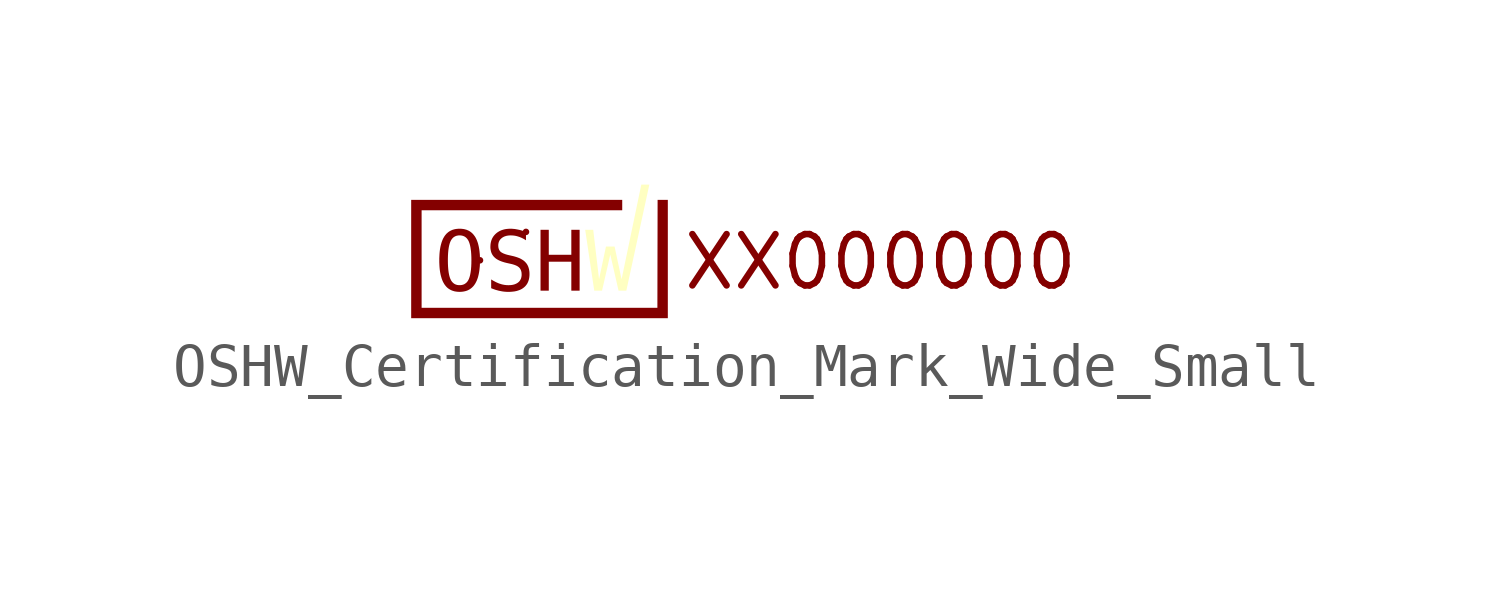
<source format=kicad_sym>
(kicad_symbol_lib
  (version 20241209)
  (generator "kicad_symbol_editor")
  (generator_version "9.0")
  (symbol "OSHW_Certification_Mark_Wide_Small"
    (property "Reference" "LOGO"
      (at 0 0 0)
      (effects (font (size 1.27 1.27)) (hide yes)))
    (symbol "OSHW_Certification_Mark_Wide_Small_1_1"
      (polyline (pts (xy -1.838 0.524) (xy -1.809 0.521) (xy -1.782 0.518) (xy -1.755 0.513) (xy -1.729 0.506) (xy -1.704 0.499) (xy -1.681 0.489) (xy -1.658 0.479) (xy -1.636 0.467) (xy -1.615 0.453) (xy -1.595 0.438) (xy -1.576 0.421) (xy -1.558 0.404) (xy -1.541 0.384) (xy -1.525 0.363) (xy -1.509 0.341) (xy -1.495 0.318) (xy -1.482 0.293) (xy -1.469 0.266) (xy -1.458 0.238) (xy -1.447 0.208) (xy -1.437 0.177) (xy -1.429 0.145) (xy -1.421 0.111) (xy -1.414 0.075) (xy -1.408 0.039) (xy -1.403 0.0001) (xy -1.399 -0.04) (xy -1.395 -0.081) (xy -1.393 -0.124) (xy -1.392 -0.168) (xy -1.391 -0.214) (xy -1.392 -0.26) (xy -1.393 -0.304) (xy -1.395 -0.347) (xy -1.399 -0.388) (xy -1.403 -0.428) (xy -1.408 -0.466) (xy -1.414 -0.503) (xy -1.421 -0.539) (xy -1.429 -0.573) (xy -1.437 -0.605) (xy -1.447 -0.636) (xy -1.458 -0.666) (xy -1.469 -0.694) (xy -1.482 -0.72) (xy -1.495 -0.745) (xy -1.509 -0.769) (xy -1.517 -0.78) (xy -1.525 -0.791) (xy -1.532 -0.802) (xy -1.541 -0.812) (xy -1.549 -0.822) (xy -1.558 -0.831) (xy -1.567 -0.84) (xy -1.576 -0.849) (xy -1.585 -0.857) (xy -1.595 -0.865) (xy -1.605 -0.873) (xy -1.615 -0.88) (xy -1.625 -0.887) (xy -1.636 -0.894) (xy -1.647 -0.9) (xy -1.658 -0.906) (xy -1.669 -0.912) (xy -1.681 -0.917) (xy -1.692 -0.922) (xy -1.704 -0.926) (xy -1.717 -0.93) (xy -1.729 -0.934) (xy -1.742 -0.937) (xy -1.755 -0.94) (xy -1.768 -0.943) (xy -1.782 -0.945) (xy -1.809 -0.949) (xy -1.838 -0.951) (xy -1.868 -0.952) (xy -1.897 -0.951) (xy -1.926 -0.949) (xy -1.954 -0.945) (xy -1.981 -0.941) (xy -2.006 -0.934) (xy -2.031 -0.926) (xy -2.055 -0.917) (xy -2.078 -0.906) (xy -2.1 -0.894) (xy -2.121 -0.881) (xy -2.141 -0.866) (xy -2.16 -0.85) (xy -2.178 -0.832) (xy -2.195 -0.812) (xy -2.211 -0.792) (xy -2.226 -0.77) (xy -2.24 -0.746) (xy -2.254 -0.721) (xy -2.266 -0.695) (xy -2.277 -0.667) (xy -2.288 -0.637) (xy -2.297 -0.606) (xy -2.306 -0.574) (xy -2.314 -0.54) (xy -2.321 -0.504) (xy -2.327 -0.468) (xy -2.332 -0.429) (xy -2.336 -0.389) (xy -2.339 -0.348) (xy -2.341 -0.305) (xy -2.343 -0.26) (xy -2.343 -0.214) (xy -2.142 -0.214) (xy -2.141 -0.29) (xy -2.138 -0.359) (xy -2.133 -0.424) (xy -2.126 -0.482) (xy -2.122 -0.509) (xy -2.117 -0.535) (xy -2.112 -0.56) (xy -2.106 -0.583) (xy -2.1 -0.605) (xy -2.093 -0.625) (xy -2.086 -0.644) (xy -2.078 -0.661) (xy -2.07 -0.677) (xy -2.066 -0.685) (xy -2.061 -0.693) (xy -2.056 -0.7) (xy -2.051 -0.707) (xy -2.046 -0.714) (xy -2.041 -0.72) (xy -2.035 -0.726) (xy -2.03 -0.732) (xy -2.024 -0.738) (xy -2.018 -0.743) (xy -2.012 -0.748) (xy -2.006 -0.753) (xy -2 -0.758) (xy -1.993 -0.762) (xy -1.987 -0.766) (xy -1.98 -0.77) (xy -1.973 -0.773) (xy -1.966 -0.777) (xy -1.958 -0.78) (xy -1.951 -0.782) (xy -1.943 -0.785) (xy -1.936 -0.787) (xy -1.928 -0.789) (xy -1.92 -0.791) (xy -1.911 -0.792) (xy -1.903 -0.793) (xy -1.894 -0.794) (xy -1.886 -0.795) (xy -1.868 -0.795) (xy -1.85 -0.795) (xy -1.832 -0.793) (xy -1.816 -0.791) (xy -1.8 -0.787) (xy -1.784 -0.782) (xy -1.769 -0.777) (xy -1.755 -0.77) (xy -1.742 -0.762) (xy -1.729 -0.753) (xy -1.717 -0.743) (xy -1.705 -0.733) (xy -1.694 -0.721) (xy -1.684 -0.708) (xy -1.674 -0.693) (xy -1.665 -0.678) (xy -1.657 -0.662) (xy -1.649 -0.645) (xy -1.642 -0.626) (xy -1.635 -0.605) (xy -1.629 -0.584) (xy -1.623 -0.561) (xy -1.618 -0.536) (xy -1.613 -0.51) (xy -1.609 -0.483) (xy -1.605 -0.454) (xy -1.601 -0.424) (xy -1.599 -0.393) (xy -1.596 -0.36) (xy -1.595 -0.326) (xy -1.593 -0.29) (xy -1.593 -0.253) (xy -1.592 -0.214) (xy -1.593 -0.139) (xy -1.596 -0.069) (xy -1.601 -0.004) (xy -1.609 0.054) (xy -1.613 0.082) (xy -1.618 0.108) (xy -1.623 0.132) (xy -1.629 0.155) (xy -1.635 0.177) (xy -1.642 0.197) (xy -1.649 0.216) (xy -1.657 0.234) (xy -1.665 0.25) (xy -1.67 0.258) (xy -1.674 0.265) (xy -1.679 0.272) (xy -1.684 0.279) (xy -1.689 0.286) (xy -1.694 0.292) (xy -1.7 0.299) (xy -1.705 0.305) (xy -1.711 0.31) (xy -1.717 0.316) (xy -1.723 0.321) (xy -1.729 0.326) (xy -1.735 0.33) (xy -1.742 0.335) (xy -1.748 0.339) (xy -1.755 0.342) (xy -1.762 0.346) (xy -1.769 0.349) (xy -1.777 0.352) (xy -1.784 0.355) (xy -1.792 0.357) (xy -1.8 0.36) (xy -1.808 0.362) (xy -1.816 0.363) (xy -1.824 0.365) (xy -1.832 0.366) (xy -1.841 0.367) (xy -1.85 0.368) (xy -1.868 0.368) (xy -1.886 0.368) (xy -1.903 0.366) (xy -1.92 0.363) (xy -1.936 0.36) (xy -1.951 0.355) (xy -1.966 0.349) (xy -1.98 0.342) (xy -1.993 0.335) (xy -2.006 0.326) (xy -2.018 0.316) (xy -2.03 0.305) (xy -2.041 0.292) (xy -2.051 0.279) (xy -2.061 0.265) (xy -2.07 0.25) (xy -2.078 0.234) (xy -2.086 0.216) (xy -2.093 0.197) (xy -2.1 0.177) (xy -2.106 0.155) (xy -2.112 0.132) (xy -2.117 0.108) (xy -2.122 0.082) (xy -2.126 0.054) (xy -2.13 0.026) (xy -2.133 -0.004) (xy -2.136 -0.036) (xy -2.138 -0.069) (xy -2.14 -0.103) (xy -2.141 -0.139) (xy -2.142 -0.176) (xy -2.142 -0.214) (xy -2.343 -0.214) (xy -2.343 -0.168) (xy -2.341 -0.124) (xy -2.339 -0.081) (xy -2.336 -0.04) (xy -2.332 0.0001) (xy -2.327 0.039) (xy -2.321 0.075) (xy -2.314 0.111) (xy -2.306 0.145) (xy -2.297 0.177) (xy -2.288 0.208) (xy -2.277 0.238) (xy -2.266 0.266) (xy -2.254 0.293) (xy -2.24 0.318) (xy -2.226 0.341) (xy -2.219 0.353) (xy -2.211 0.363) (xy -2.203 0.374) (xy -2.195 0.384) (xy -2.186 0.394) (xy -2.178 0.404) (xy -2.169 0.413) (xy -2.159 0.421) (xy -2.15 0.43) (xy -2.14 0.438) (xy -2.131 0.446) (xy -2.12 0.453) (xy -2.11 0.46) (xy -2.099 0.467) (xy -2.088 0.473) (xy -2.077 0.479) (xy -2.066 0.484) (xy -2.055 0.489) (xy -2.043 0.494) (xy -2.031 0.499) (xy -2.018 0.503) (xy -2.006 0.506) (xy -1.993 0.51) (xy -1.98 0.513) (xy -1.954 0.518) (xy -1.926 0.521) (xy -1.897 0.524) (xy -1.868 0.524)) (stroke (width -0.0001) (type default)) (fill (type outline)))
      (polyline (pts (xy -1.391 -0.214) (xy -1.391 -0.214) (xy -1.391 -0.214)) (stroke (width 0) (type default)) (fill (type outline)))
      (polyline (pts (xy -0.658 0.524) (xy -0.638 0.523) (xy -0.616 0.521) (xy -0.595 0.519) (xy -0.573 0.517) (xy -0.551 0.513) (xy -0.529 0.509) (xy -0.507 0.505) (xy -0.484 0.5) (xy -0.461 0.495) (xy -0.437 0.489) (xy -0.414 0.482) (xy -0.39 0.475) (xy -0.365 0.467) (xy -0.341 0.459) (xy -0.316 0.45) (xy -0.316 0.254) (xy -0.338 0.268) (xy -0.36 0.281) (xy -0.382 0.293) (xy -0.404 0.304) (xy -0.426 0.314) (xy -0.448 0.323) (xy -0.47 0.332) (xy -0.492 0.339) (xy -0.514 0.346) (xy -0.536 0.352) (xy -0.558 0.357) (xy -0.58 0.361) (xy -0.603 0.364) (xy -0.625 0.366) (xy -0.647 0.367) (xy -0.67 0.368) (xy -0.686 0.368) (xy -0.703 0.367) (xy -0.719 0.366) (xy -0.734 0.364) (xy -0.749 0.362) (xy -0.764 0.359) (xy -0.778 0.356) (xy -0.791 0.352) (xy -0.805 0.348) (xy -0.818 0.343) (xy -0.83 0.338) (xy -0.842 0.332) (xy -0.853 0.326) (xy -0.864 0.319) (xy -0.875 0.312) (xy -0.885 0.304) (xy -0.894 0.296) (xy -0.903 0.287) (xy -0.912 0.279) (xy -0.919 0.27) (xy -0.927 0.26) (xy -0.933 0.251) (xy -0.939 0.24) (xy -0.944 0.23) (xy -0.949 0.219) (xy -0.953 0.208) (xy -0.956 0.196) (xy -0.959 0.184) (xy -0.961 0.172) (xy -0.963 0.16) (xy -0.964 0.147) (xy -0.964 0.133) (xy -0.964 0.122) (xy -0.963 0.111) (xy -0.962 0.1) (xy -0.961 0.089) (xy -0.959 0.079) (xy -0.957 0.069) (xy -0.954 0.059) (xy -0.951 0.05) (xy -0.948 0.041) (xy -0.944 0.033) (xy -0.94 0.025) (xy -0.935 0.017) (xy -0.93 0.01) (xy -0.925 0.003) (xy -0.919 -0.004) (xy -0.913 -0.011) (xy -0.906 -0.017) (xy -0.898 -0.023) (xy -0.89 -0.029) (xy -0.881 -0.034) (xy -0.871 -0.04) (xy -0.861 -0.045) (xy -0.85 -0.051) (xy -0.838 -0.056) (xy -0.825 -0.061) (xy -0.812 -0.066) (xy -0.798 -0.071) (xy -0.784 -0.076) (xy -0.768 -0.08) (xy -0.752 -0.085) (xy -0.736 -0.089) (xy -0.718 -0.093) (xy -0.617 -0.116) (xy -0.593 -0.122) (xy -0.569 -0.129) (xy -0.546 -0.136) (xy -0.524 -0.143) (xy -0.503 -0.151) (xy -0.482 -0.159) (xy -0.463 -0.167) (xy -0.444 -0.176) (xy -0.426 -0.186) (xy -0.409 -0.196) (xy -0.393 -0.206) (xy -0.378 -0.216) (xy -0.364 -0.227) (xy -0.35 -0.239) (xy -0.337 -0.251) (xy -0.326 -0.263) (xy -0.315 -0.276) (xy -0.304 -0.289) (xy -0.294 -0.303) (xy -0.285 -0.318) (xy -0.277 -0.333) (xy -0.27 -0.348) (xy -0.263 -0.364) (xy -0.257 -0.381) (xy -0.252 -0.399) (xy -0.247 -0.416) (xy -0.243 -0.435) (xy -0.24 -0.454) (xy -0.237 -0.473) (xy -0.235 -0.494) (xy -0.234 -0.514) (xy -0.234 -0.536) (xy -0.234 -0.561) (xy -0.236 -0.585) (xy -0.238 -0.608) (xy -0.242 -0.631) (xy -0.246 -0.653) (xy -0.252 -0.674) (xy -0.258 -0.695) (xy -0.266 -0.715) (xy -0.274 -0.734) (xy -0.283 -0.752) (xy -0.293 -0.769) (xy -0.305 -0.786) (xy -0.317 -0.802) (xy -0.33 -0.817) (xy -0.345 -0.832) (xy -0.36 -0.845) (xy -0.376 -0.858) (xy -0.393 -0.87) (xy -0.411 -0.882) (xy -0.43 -0.892) (xy -0.45 -0.902) (xy -0.47 -0.91) (xy -0.492 -0.918) (xy -0.514 -0.925) (xy -0.537 -0.932) (xy -0.562 -0.937) (xy -0.587 -0.942) (xy -0.613 -0.945) (xy -0.64 -0.948) (xy -0.667 -0.95) (xy -0.696 -0.952) (xy -0.726 -0.952) (xy -0.751 -0.952) (xy -0.776 -0.951) (xy -0.801 -0.949) (xy -0.826 -0.947) (xy -0.851 -0.944) (xy -0.876 -0.94) (xy -0.902 -0.935) (xy -0.927 -0.93) (xy -0.952 -0.925) (xy -0.977 -0.918) (xy -1.003 -0.911) (xy -1.028 -0.904) (xy -1.054 -0.895) (xy -1.079 -0.886) (xy -1.104 -0.877) (xy -1.13 -0.866) (xy -1.13 -0.661) (xy -1.103 -0.678) (xy -1.076 -0.694) (xy -1.049 -0.708) (xy -1.023 -0.722) (xy -0.998 -0.734) (xy -0.972 -0.745) (xy -0.948 -0.755) (xy -0.923 -0.763) (xy -0.898 -0.771) (xy -0.874 -0.778) (xy -0.849 -0.783) (xy -0.825 -0.788) (xy -0.8 -0.791) (xy -0.775 -0.794) (xy -0.751 -0.795) (xy -0.726 -0.796) (xy -0.708 -0.795) (xy -0.69 -0.795) (xy -0.673 -0.793) (xy -0.657 -0.792) (xy -0.641 -0.789) (xy -0.625 -0.787) (xy -0.611 -0.783) (xy -0.596 -0.78) (xy -0.582 -0.775) (xy -0.569 -0.77) (xy -0.556 -0.765) (xy -0.543 -0.759) (xy -0.532 -0.753) (xy -0.52 -0.746) (xy -0.509 -0.739) (xy -0.499 -0.731) (xy -0.489 -0.723) (xy -0.48 -0.714) (xy -0.471 -0.705) (xy -0.464 -0.695) (xy -0.456 -0.685) (xy -0.45 -0.674) (xy -0.444 -0.664) (xy -0.438 -0.652) (xy -0.433 -0.641) (xy -0.429 -0.629) (xy -0.426 -0.616) (xy -0.423 -0.603) (xy -0.421 -0.59) (xy -0.419 -0.577) (xy -0.418 -0.562) (xy -0.418 -0.548) (xy -0.418 -0.535) (xy -0.419 -0.522) (xy -0.42 -0.51) (xy -0.421 -0.498) (xy -0.423 -0.486) (xy -0.426 -0.475) (xy -0.429 -0.464) (xy -0.432 -0.454) (xy -0.436 -0.444) (xy -0.44 -0.434) (xy -0.445 -0.425) (xy -0.45 -0.416) (xy -0.455 -0.408) (xy -0.461 -0.4) (xy -0.467 -0.392) (xy -0.474 -0.385) (xy -0.481 -0.378) (xy -0.489 -0.371) (xy -0.498 -0.365) (xy -0.507 -0.358) (xy -0.517 -0.352) (xy -0.527 -0.346) (xy -0.538 -0.341) (xy -0.55 -0.335) (xy -0.563 -0.33) (xy -0.576 -0.325) (xy -0.589 -0.32) (xy -0.604 -0.315) (xy -0.619 -0.311) (xy -0.634 -0.306) (xy -0.651 -0.302) (xy -0.668 -0.298) (xy -0.771 -0.275) (xy -0.795 -0.269) (xy -0.818 -0.263) (xy -0.841 -0.256) (xy -0.863 -0.249) (xy -0.884 -0.242) (xy -0.904 -0.234) (xy -0.923 -0.227) (xy -0.942 -0.218) (xy -0.959 -0.21) (xy -0.976 -0.201) (xy -0.992 -0.191) (xy -1.007 -0.182) (xy -1.021 -0.172) (xy -1.034 -0.161) (xy -1.047 -0.15) (xy -1.058 -0.139) (xy -1.069 -0.128) (xy -1.079 -0.116) (xy -1.089 -0.103) (xy -1.098 -0.09) (xy -1.106 -0.076) (xy -1.113 -0.063) (xy -1.12 -0.048) (xy -1.126 -0.033) (xy -1.131 -0.018) (xy -1.135 -0.002) (xy -1.139 0.015) (xy -1.142 0.032) (xy -1.145 0.049) (xy -1.147 0.067) (xy -1.148 0.085) (xy -1.148 0.104) (xy -1.147 0.127) (xy -1.146 0.15) (xy -1.143 0.173) (xy -1.14 0.194) (xy -1.135 0.215) (xy -1.13 0.236) (xy -1.123 0.256) (xy -1.116 0.275) (xy -1.108 0.294) (xy -1.098 0.312) (xy -1.088 0.33) (xy -1.076 0.347) (xy -1.064 0.363) (xy -1.05 0.379) (xy -1.036 0.394) (xy -1.02 0.409) (xy -1.004 0.423) (xy -0.987 0.436) (xy -0.969 0.448) (xy -0.951 0.459) (xy -0.932 0.47) (xy -0.912 0.479) (xy -0.892 0.488) (xy -0.871 0.495) (xy -0.849 0.502) (xy -0.827 0.508) (xy -0.804 0.513) (xy -0.78 0.517) (xy -0.756 0.52) (xy -0.731 0.522) (xy -0.705 0.524) (xy -0.679 0.524)) (stroke (width -0.0001) (type default)) (fill (type outline)))
      (polyline (pts (xy -0.316 0.45) (xy -0.316 0.45) (xy -0.316 0.45)) (stroke (width 0) (type default)) (fill (type outline)))
      (polyline (pts (xy 0.217 -0.085) (xy 0.744 -0.085) (xy 0.744 0.499) (xy 0.938 0.499) (xy 0.938 -0.924) (xy 0.744 -0.924) (xy 0.744 -0.247) (xy 0.217 -0.247) (xy 0.217 -0.924) (xy 0.024 -0.924) (xy 0.024 0.499) (xy 0.217 0.499)) (stroke (width -0.0001) (type default)) (fill (type outline)))
      (polyline (pts (xy 2.03 -0.924) (xy 1.848 -0.924) (xy 1.655 -0.079) (xy 1.462 -0.924) (xy 1.28 -0.924) (xy 1.068 0.499) (xy 1.256 0.499) (xy 1.392 -0.656) (xy 1.554 0.108) (xy 1.755 0.108) (xy 1.919 -0.658) (xy 2.38 1.556) (xy 2.568 1.556)) (stroke (width -0.0001) (type default)) (fill (type background)))
      (polyline (pts (xy 3 -1.568) (xy -3 -1.568) (xy -3 1.199) (xy -3 1.199) (xy 1.934 1.199) (xy 1.934 0.955) (xy -2.756 0.955) (xy -2.756 -1.324) (xy 2.756 -1.324) (xy 2.761 1.199) (xy 3 1.199)) (stroke (width -0.0001) (type default)) (fill (type outline)))
      (text "XX000000" (at 3.302 -0.254 0) (effects (font (face "KiCad Font") (size 1.2 1.2)) (justify left))))))
</source>
